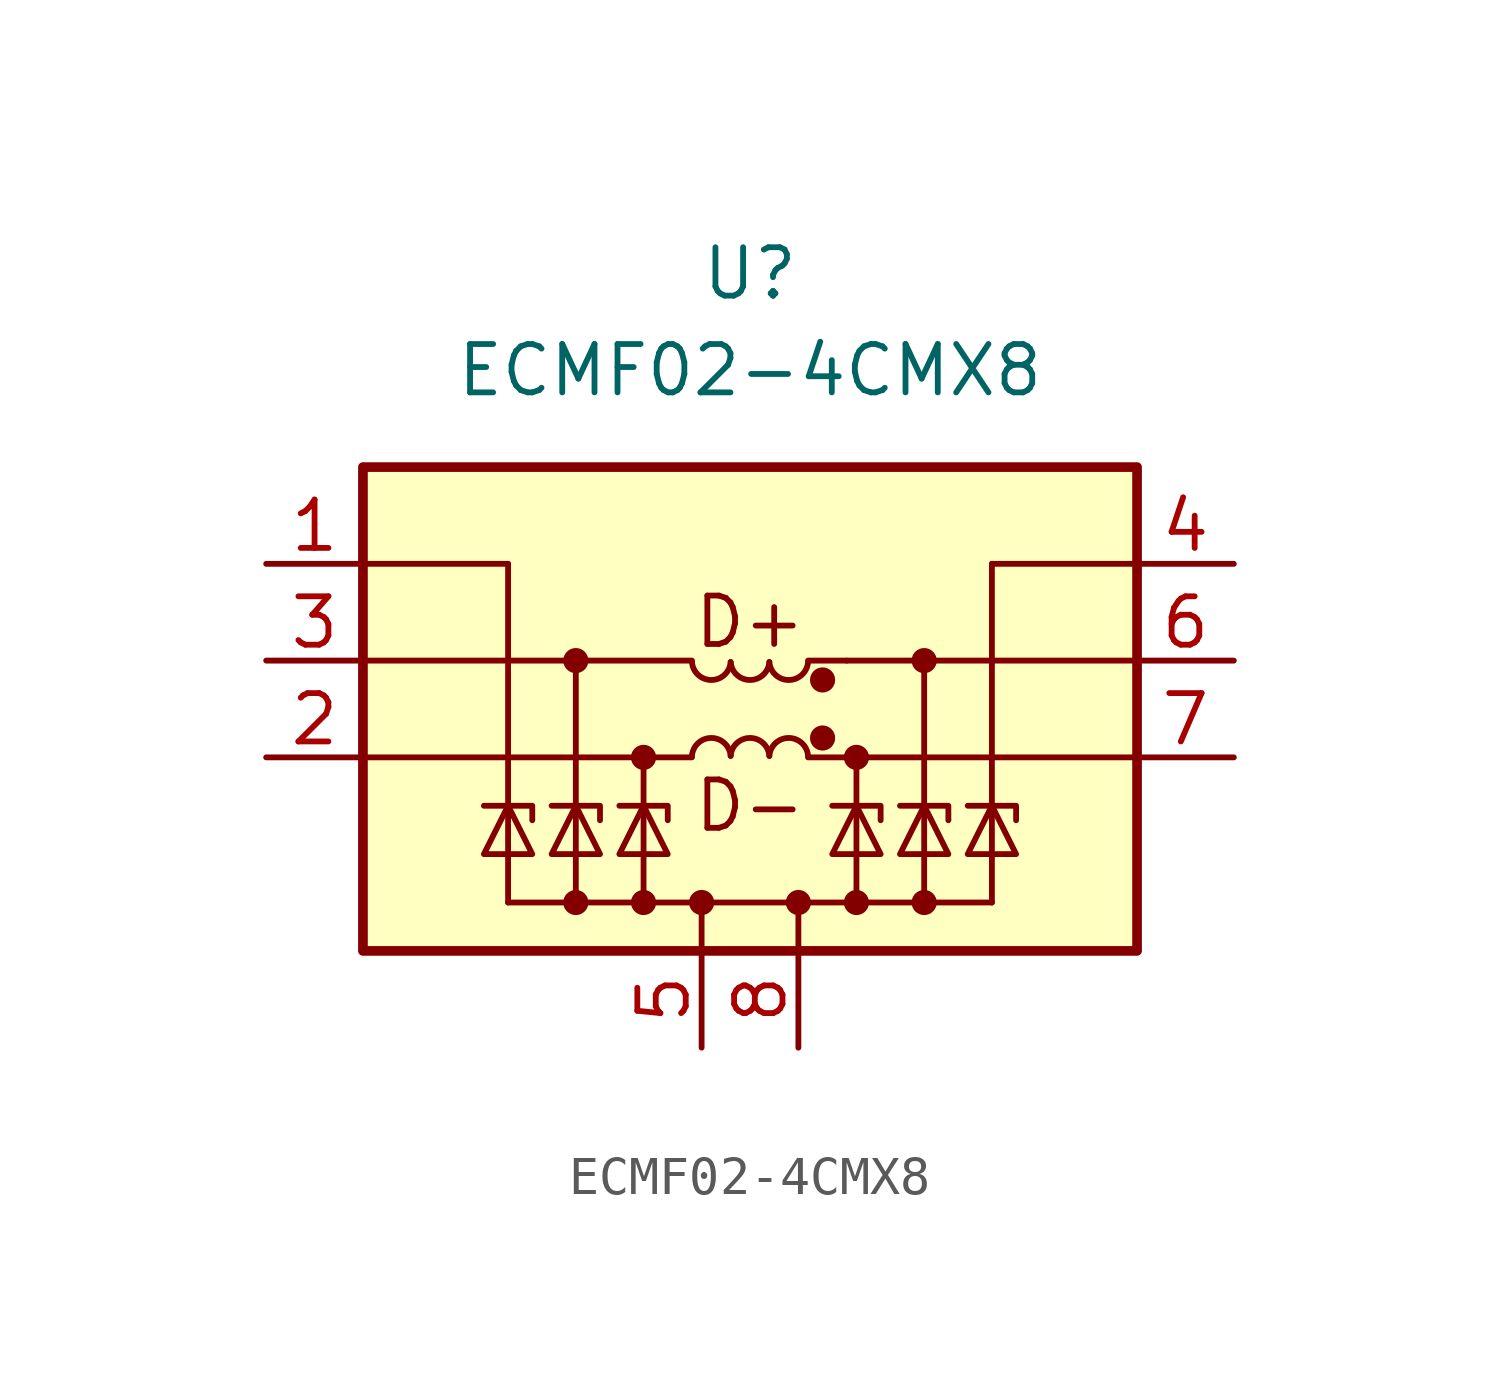
<source format=kicad_sym>
(kicad_symbol_lib
  (version 20231120)
  (generator "kicad_symbol_editor")
  (generator_version "8.0")
  (symbol "ECMF02-4CMX8"
    (pin_names
      (offset 0.025) hide)
    (property "Reference" "U"
      (at 0 12.7 0)
      (effects (font (size 1.27 1.27))))
    (property "Value" "ECMF02-4CMX8"
      (at 0 10.16 0)
      (effects (font (size 1.27 1.27))))
    (symbol "ECMF02-4CMX8_0_1"
      (rectangle (start -10.16 7.62) (end 10.16 -5.08) (stroke (width 0.254) (type default)) (fill (type background)))
      (arc (start -1.524 2.5023) (mid -1.016 2.0306) (end -0.508 2.5023) (stroke (width 0) (type default)) (fill (type none)))
      (arc (start -0.508 0.0377) (mid -1.016 0.5094) (end -1.524 0.0377) (stroke (width 0) (type default)) (fill (type none)))
      (arc (start -0.508 2.5023) (mid 0 2.0306) (end 0.508 2.5023) (stroke (width 0) (type default)) (fill (type none)))
      (polyline (pts (xy -10.16 0) (xy -1.524 0)) (stroke (width 0) (type default)) (fill (type none)))
      (polyline (pts (xy -10.16 2.54) (xy -1.524 2.54)) (stroke (width 0) (type default)) (fill (type none)))
      (polyline (pts (xy -10.16 5.08) (xy -6.35 5.08)) (stroke (width 0) (type default)) (fill (type none)))
      (polyline (pts (xy -6.35 -3.81) (xy 6.35 -3.81)) (stroke (width 0) (type default)) (fill (type none)))
      (polyline (pts (xy -6.35 5.08) (xy -6.35 -3.81)) (stroke (width 0) (type default)) (fill (type none)))
      (polyline (pts (xy -4.572 2.54) (xy -4.572 -3.81)) (stroke (width 0) (type default)) (fill (type none)))
      (polyline (pts (xy -2.794 0) (xy -2.794 -3.81)) (stroke (width 0) (type default)) (fill (type none)))
      (polyline (pts (xy -1.27 -5.08) (xy -1.27 -3.81)) (stroke (width 0) (type default)) (fill (type none)))
      (polyline (pts (xy 1.27 -5.08) (xy 1.27 -3.81)) (stroke (width 0) (type default)) (fill (type none)))
      (polyline (pts (xy 2.54 0) (xy 1.524 0)) (stroke (width 0) (type default)) (fill (type none)))
      (polyline (pts (xy 2.54 0) (xy 10.16 0)) (stroke (width 0) (type default)) (fill (type none)))
      (polyline (pts (xy 2.54 2.54) (xy 1.524 2.54)) (stroke (width 0) (type default)) (fill (type none)))
      (polyline (pts (xy 2.54 2.54) (xy 10.16 2.54)) (stroke (width 0) (type default)) (fill (type none)))
      (polyline (pts (xy 2.794 0) (xy 2.794 -3.81)) (stroke (width 0) (type default)) (fill (type none)))
      (polyline (pts (xy 4.572 2.54) (xy 4.572 -3.81)) (stroke (width 0) (type default)) (fill (type none)))
      (polyline (pts (xy 6.35 5.08) (xy 6.35 -3.81)) (stroke (width 0) (type default)) (fill (type none)))
      (polyline (pts (xy 6.35 5.08) (xy 10.16 5.08)) (stroke (width 0) (type default)) (fill (type none)))
      (arc (start 0.508 0.0377) (mid 0 0.5094) (end -0.508 0.0377) (stroke (width 0) (type default)) (fill (type none)))
      (arc (start 0.508 2.5023) (mid 1.016 2.0306) (end 1.524 2.5023) (stroke (width 0) (type default)) (fill (type none)))
      (arc (start 1.524 0.0377) (mid 1.016 0.5094) (end 0.508 0.0377) (stroke (width 0) (type default)) (fill (type none)))
      (text "D+" (at 0 3.556 0) (effects (font (size 1.27 1.27))))
      (text "D-" (at 0 -1.27 0) (effects (font (size 1.27 1.27)))))
    (symbol "ECMF02-4CMX8_1_0"
      (pin passive line (at -12.7 5.08 0) (length 2.54) (name "VBUS" (effects (font (size 1.27 1.27)))) (number "1" (effects (font (size 1.27 1.27)))))
      (pin passive line (at 12.7 5.08 180) (length 2.54) (name "ID" (effects (font (size 1.27 1.27)))) (number "4" (effects (font (size 1.27 1.27))))))
    (symbol "ECMF02-4CMX8_1_1"
      (circle (center -4.572 -3.81) (radius 0.254) (stroke (width 0) (type default)) (fill (type outline)))
      (circle (center -4.572 2.54) (radius 0.254) (stroke (width 0) (type default)) (fill (type outline)))
      (circle (center -2.794 -3.81) (radius 0.254) (stroke (width 0) (type default)) (fill (type outline)))
      (circle (center -2.794 0) (radius 0.254) (stroke (width 0) (type default)) (fill (type outline)))
      (circle (center -1.27 -3.81) (radius 0.254) (stroke (width 0) (type default)) (fill (type outline)))
      (polyline (pts (xy -5.715 -1.651) (xy -5.715 -1.27) (xy -6.985 -1.27)) (stroke (width 0) (type default)) (fill (type none)))
      (polyline (pts (xy -3.937 -1.651) (xy -3.937 -1.27) (xy -5.207 -1.27)) (stroke (width 0) (type default)) (fill (type none)))
      (polyline (pts (xy -2.159 -1.651) (xy -2.159 -1.27) (xy -3.429 -1.27)) (stroke (width 0) (type default)) (fill (type none)))
      (polyline (pts (xy 3.429 -1.651) (xy 3.429 -1.27) (xy 2.159 -1.27)) (stroke (width 0) (type default)) (fill (type none)))
      (polyline (pts (xy 5.207 -1.651) (xy 5.207 -1.27) (xy 3.937 -1.27)) (stroke (width 0) (type default)) (fill (type none)))
      (polyline (pts (xy 6.985 -1.651) (xy 6.985 -1.27) (xy 5.715 -1.27)) (stroke (width 0) (type default)) (fill (type none)))
      (polyline (pts (xy -6.985 -2.54) (xy -5.715 -2.54) (xy -6.35 -1.27) (xy -6.985 -2.54)) (stroke (width 0) (type default)) (fill (type none)))
      (polyline (pts (xy -5.207 -2.54) (xy -3.937 -2.54) (xy -4.572 -1.27) (xy -5.207 -2.54)) (stroke (width 0) (type default)) (fill (type none)))
      (polyline (pts (xy -3.429 -2.54) (xy -2.159 -2.54) (xy -2.794 -1.27) (xy -3.429 -2.54)) (stroke (width 0) (type default)) (fill (type none)))
      (polyline (pts (xy 3.429 -2.54) (xy 2.159 -2.54) (xy 2.794 -1.27) (xy 3.429 -2.54)) (stroke (width 0) (type default)) (fill (type none)))
      (polyline (pts (xy 5.207 -2.54) (xy 3.937 -2.54) (xy 4.572 -1.27) (xy 5.207 -2.54)) (stroke (width 0) (type default)) (fill (type none)))
      (polyline (pts (xy 5.715 -2.54) (xy 6.985 -2.54) (xy 6.35 -1.27) (xy 5.715 -2.54)) (stroke (width 0) (type default)) (fill (type none)))
      (circle (center 1.27 -3.81) (radius 0.254) (stroke (width 0) (type default)) (fill (type outline)))
      (circle (center 1.905 0.508) (radius 0.254) (stroke (width 0) (type default)) (fill (type outline)))
      (circle (center 1.905 2.032) (radius 0.254) (stroke (width 0) (type default)) (fill (type outline)))
      (circle (center 2.794 -3.81) (radius 0.254) (stroke (width 0) (type default)) (fill (type outline)))
      (circle (center 2.794 0) (radius 0.254) (stroke (width 0) (type default)) (fill (type outline)))
      (circle (center 4.572 -3.81) (radius 0.254) (stroke (width 0) (type default)) (fill (type outline)))
      (circle (center 4.572 2.54) (radius 0.254) (stroke (width 0) (type default)) (fill (type outline)))
      (pin passive line (at -12.7 0 0) (length 2.54) (name "D-_in" (effects (font (size 1.27 1.27)))) (number "2" (effects (font (size 1.27 1.27)))))
      (pin passive line (at -12.7 2.54 0) (length 2.54) (name "D+_in" (effects (font (size 1.27 1.27)))) (number "3" (effects (font (size 1.27 1.27)))))
      (pin power_in line (at -1.27 -7.62 90) (length 2.54) (name "GND" (effects (font (size 1.27 1.27)))) (number "5" (effects (font (size 1.27 1.27)))))
      (pin passive line (at 12.7 2.54 180) (length 2.54) (name "D+_out" (effects (font (size 1.27 1.27)))) (number "6" (effects (font (size 1.27 1.27)))))
      (pin passive line (at 12.7 0 180) (length 2.54) (name "D-_out" (effects (font (size 1.27 1.27)))) (number "7" (effects (font (size 1.27 1.27)))))
      (pin power_in line (at 1.27 -7.62 90) (length 2.54) (name "GND" (effects (font (size 1.27 1.27)))) (number "8" (effects (font (size 1.27 1.27))))))))
</source>
